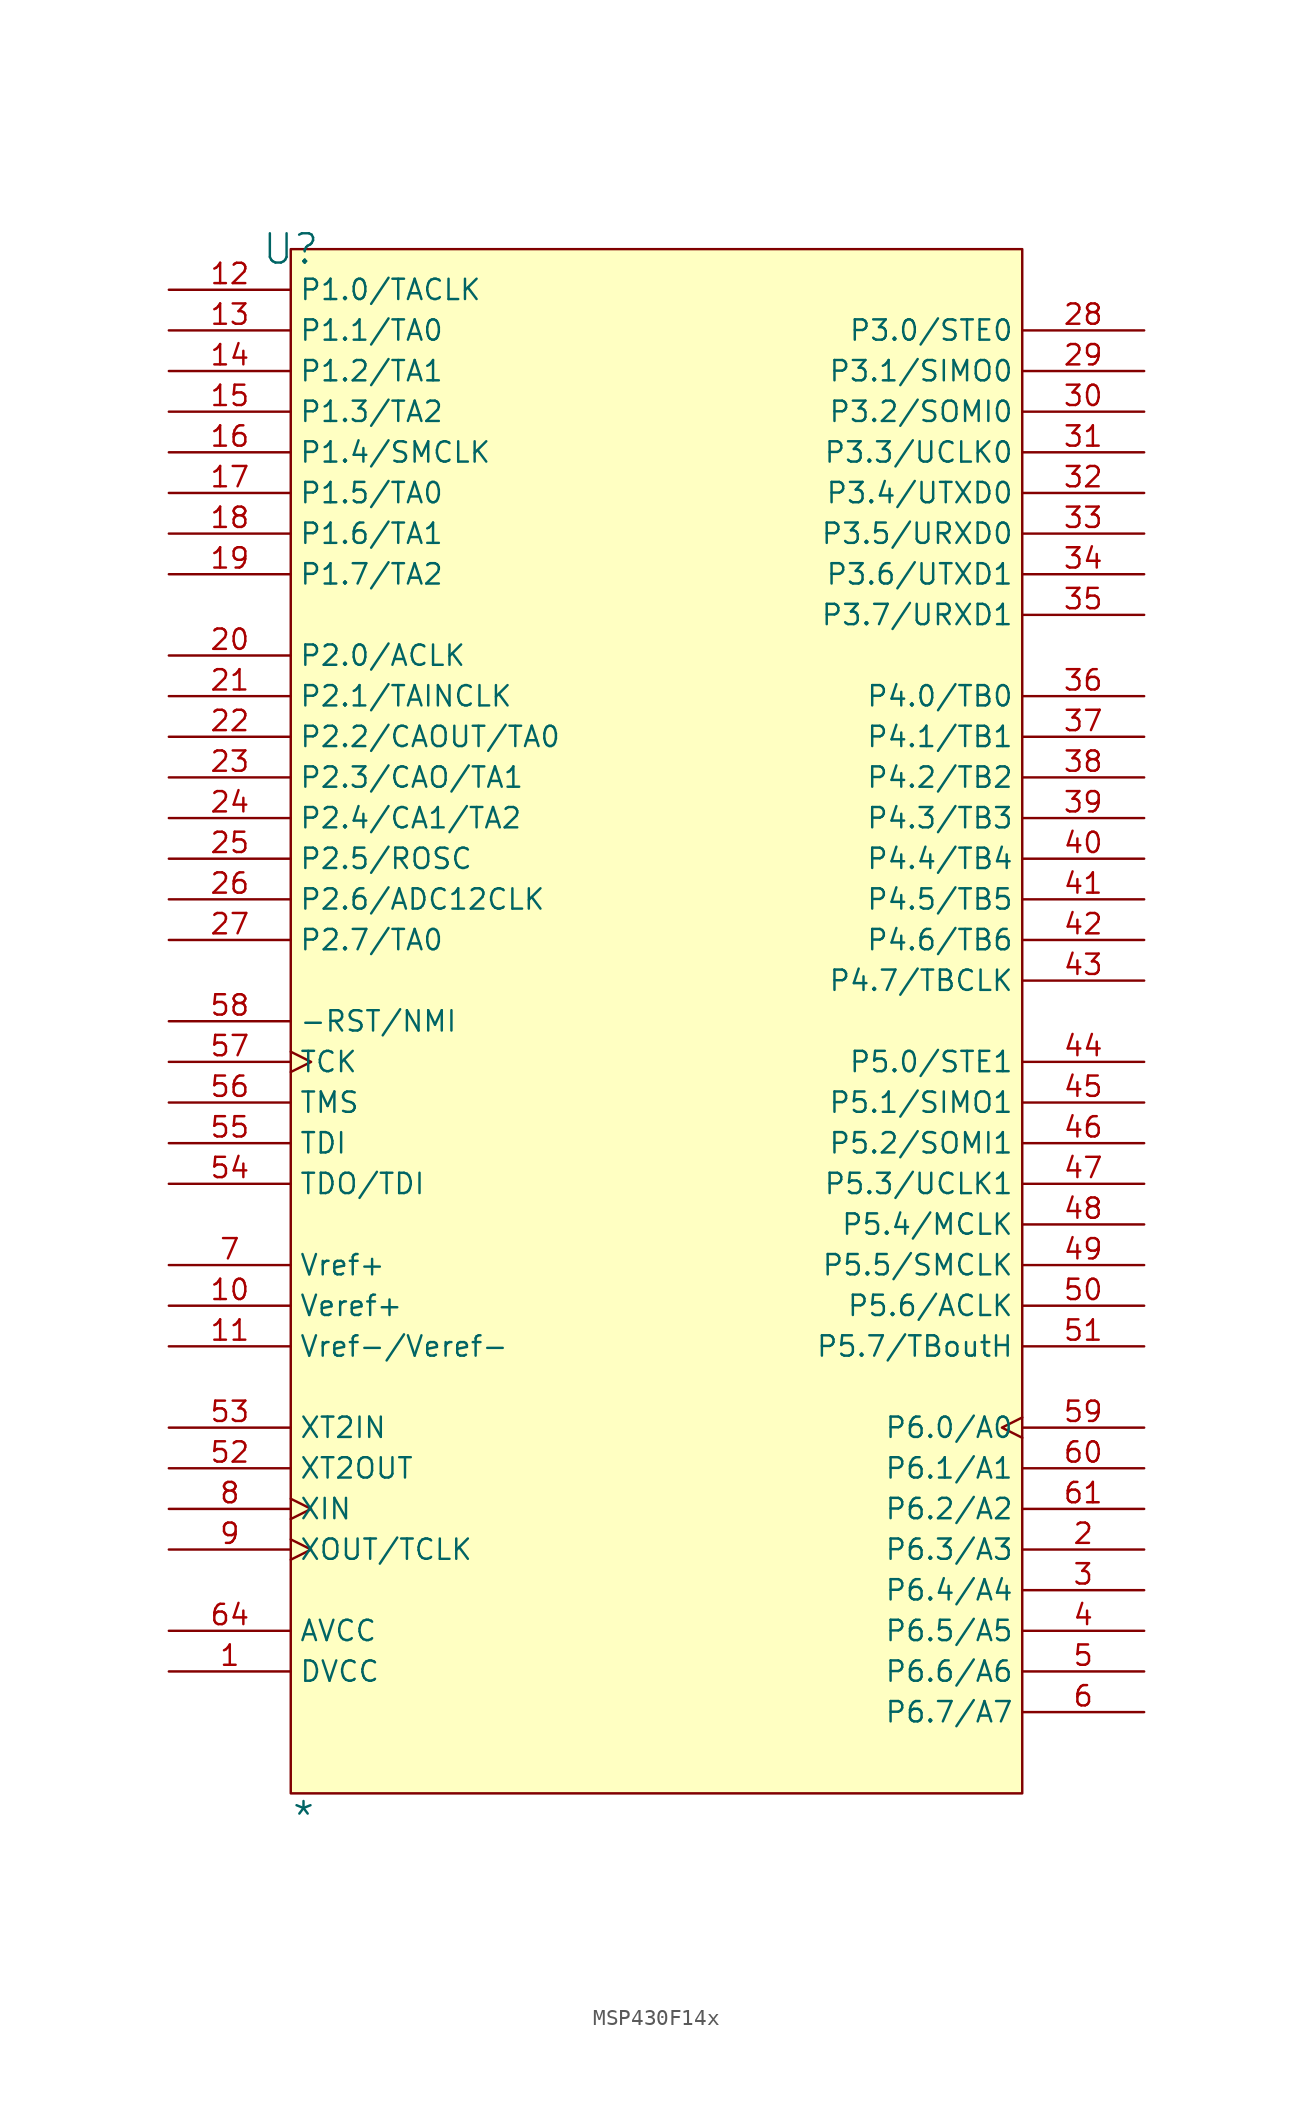
<source format=kicad_sym>
(kicad_symbol_lib
  (version 20241209)
  (generator "kicad_symbol_editor")
  (generator_version "9.0")
  (symbol "MSP430F14x"
    (property "Reference" "U"
      (at 0 0 0)
      (effects (font (size 1.829 1.829))))
    (property "Value" "*"
      (at 0 -99.06 0)
      (effects (font (size 1.829 1.829)) (justify left bottom)))
    (symbol "MSP430F14x_1_0"
      (rectangle (start 45.72 0) (end 0 -96.52) (stroke (width 0) (type solid) (color 128 0 0 1)) (fill (type background)))
      (pin tri_state line (at -7.62 -2.54 0) (length 7.62) (name "P1.0/TACLK" (effects (font (size 1.27 1.27)))) (number "12" (effects (font (size 1.27 1.27)))))
      (pin tri_state line (at -7.62 -5.08 0) (length 7.62) (name "P1.1/TA0" (effects (font (size 1.27 1.27)))) (number "13" (effects (font (size 1.27 1.27)))))
      (pin tri_state line (at -7.62 -7.62 0) (length 7.62) (name "P1.2/TA1" (effects (font (size 1.27 1.27)))) (number "14" (effects (font (size 1.27 1.27)))))
      (pin tri_state line (at -7.62 -10.16 0) (length 7.62) (name "P1.3/TA2" (effects (font (size 1.27 1.27)))) (number "15" (effects (font (size 1.27 1.27)))))
      (pin bidirectional line (at -7.62 -12.7 0) (length 7.62) (name "P1.4/SMCLK" (effects (font (size 1.27 1.27)))) (number "16" (effects (font (size 1.27 1.27)))))
      (pin bidirectional line (at -7.62 -15.24 0) (length 7.62) (name "P1.5/TA0" (effects (font (size 1.27 1.27)))) (number "17" (effects (font (size 1.27 1.27)))))
      (pin bidirectional line (at -7.62 -17.78 0) (length 7.62) (name "P1.6/TA1" (effects (font (size 1.27 1.27)))) (number "18" (effects (font (size 1.27 1.27)))))
      (pin bidirectional line (at -7.62 -20.32 0) (length 7.62) (name "P1.7/TA2" (effects (font (size 1.27 1.27)))) (number "19" (effects (font (size 1.27 1.27)))))
      (pin bidirectional line (at -7.62 -25.4 0) (length 7.62) (name "P2.0/ACLK" (effects (font (size 1.27 1.27)))) (number "20" (effects (font (size 1.27 1.27)))))
      (pin bidirectional line (at -7.62 -27.94 0) (length 7.62) (name "P2.1/TAINCLK" (effects (font (size 1.27 1.27)))) (number "21" (effects (font (size 1.27 1.27)))))
      (pin bidirectional line (at -7.62 -30.48 0) (length 7.62) (name "P2.2/CAOUT/TA0" (effects (font (size 1.27 1.27)))) (number "22" (effects (font (size 1.27 1.27)))))
      (pin bidirectional line (at -7.62 -33.02 0) (length 7.62) (name "P2.3/CAO/TA1" (effects (font (size 1.27 1.27)))) (number "23" (effects (font (size 1.27 1.27)))))
      (pin bidirectional line (at -7.62 -35.56 0) (length 7.62) (name "P2.4/CA1/TA2" (effects (font (size 1.27 1.27)))) (number "24" (effects (font (size 1.27 1.27)))))
      (pin output line (at -7.62 -38.1 0) (length 7.62) (name "P2.5/ROSC" (effects (font (size 1.27 1.27)))) (number "25" (effects (font (size 1.27 1.27)))))
      (pin input line (at -7.62 -40.64 0) (length 7.62) (name "P2.6/ADC12CLK" (effects (font (size 1.27 1.27)))) (number "26" (effects (font (size 1.27 1.27)))))
      (pin input line (at -7.62 -43.18 0) (length 7.62) (name "P2.7/TA0" (effects (font (size 1.27 1.27)))) (number "27" (effects (font (size 1.27 1.27)))))
      (pin input line (at -7.62 -48.26 0) (length 7.62) (name "-RST/NMI" (effects (font (size 1.27 1.27)))) (number "58" (effects (font (size 1.27 1.27)))))
      (pin input clock (at -7.62 -50.8 0) (length 7.62) (name "TCK" (effects (font (size 1.27 1.27)))) (number "57" (effects (font (size 1.27 1.27)))))
      (pin input line (at -7.62 -53.34 0) (length 7.62) (name "TMS" (effects (font (size 1.27 1.27)))) (number "56" (effects (font (size 1.27 1.27)))))
      (pin input line (at -7.62 -55.88 0) (length 7.62) (name "TDI" (effects (font (size 1.27 1.27)))) (number "55" (effects (font (size 1.27 1.27)))))
      (pin bidirectional line (at -7.62 -58.42 0) (length 7.62) (name "TDO/TDI" (effects (font (size 1.27 1.27)))) (number "54" (effects (font (size 1.27 1.27)))))
      (pin input line (at -7.62 -63.5 0) (length 7.62) (name "Vref+" (effects (font (size 1.27 1.27)))) (number "7" (effects (font (size 1.27 1.27)))))
      (pin input line (at -7.62 -66.04 0) (length 7.62) (name "Veref+" (effects (font (size 1.27 1.27)))) (number "10" (effects (font (size 1.27 1.27)))))
      (pin tri_state line (at -7.62 -68.58 0) (length 7.62) (name "Vref-/Veref-" (effects (font (size 1.27 1.27)))) (number "11" (effects (font (size 1.27 1.27)))))
      (pin output line (at -7.62 -73.66 0) (length 7.62) (name "XT2IN" (effects (font (size 1.27 1.27)))) (number "53" (effects (font (size 1.27 1.27)))))
      (pin output line (at -7.62 -76.2 0) (length 7.62) (name "XT2OUT" (effects (font (size 1.27 1.27)))) (number "52" (effects (font (size 1.27 1.27)))))
      (pin passive clock (at -7.62 -78.74 0) (length 7.62) (name "XIN" (effects (font (size 1.27 1.27)))) (number "8" (effects (font (size 1.27 1.27)))))
      (pin passive clock (at -7.62 -81.28 0) (length 7.62) (name "XOUT/TCLK" (effects (font (size 1.27 1.27)))) (number "9" (effects (font (size 1.27 1.27)))))
      (pin power_in line (at -7.62 -86.36 0) (length 7.62) (name "AVCC" (effects (font (size 1.27 1.27)))) (number "64" (effects (font (size 1.27 1.27)))))
      (pin power_in line (at -7.62 -88.9 0) (length 7.62) (name "DVCC" (effects (font (size 1.27 1.27)))) (number "1" (effects (font (size 1.27 1.27)))))
      (pin power_in line (at 10.16 -96.52 90) (length 0) (hide yes) (name "DGND" (effects (font (size 1.27 1.27)))) (number "63" (effects (font (size 1.27 1.27)))))
      (pin power_in line (at 15.24 -96.52 90) (length 0) (hide yes) (name "AGND" (effects (font (size 1.27 1.27)))) (number "62" (effects (font (size 1.27 1.27)))))
      (pin input line (at 53.34 -5.08 180) (length 7.62) (name "P3.0/STE0" (effects (font (size 1.27 1.27)))) (number "28" (effects (font (size 1.27 1.27)))))
      (pin output line (at 53.34 -7.62 180) (length 7.62) (name "P3.1/SIMO0" (effects (font (size 1.27 1.27)))) (number "29" (effects (font (size 1.27 1.27)))))
      (pin output line (at 53.34 -10.16 180) (length 7.62) (name "P3.2/SOMI0" (effects (font (size 1.27 1.27)))) (number "30" (effects (font (size 1.27 1.27)))))
      (pin output line (at 53.34 -12.7 180) (length 7.62) (name "P3.3/UCLK0" (effects (font (size 1.27 1.27)))) (number "31" (effects (font (size 1.27 1.27)))))
      (pin output line (at 53.34 -15.24 180) (length 7.62) (name "P3.4/UTXD0" (effects (font (size 1.27 1.27)))) (number "32" (effects (font (size 1.27 1.27)))))
      (pin output line (at 53.34 -17.78 180) (length 7.62) (name "P3.5/URXD0" (effects (font (size 1.27 1.27)))) (number "33" (effects (font (size 1.27 1.27)))))
      (pin output line (at 53.34 -20.32 180) (length 7.62) (name "P3.6/UTXD1" (effects (font (size 1.27 1.27)))) (number "34" (effects (font (size 1.27 1.27)))))
      (pin output line (at 53.34 -22.86 180) (length 7.62) (name "P3.7/URXD1" (effects (font (size 1.27 1.27)))) (number "35" (effects (font (size 1.27 1.27)))))
      (pin output line (at 53.34 -27.94 180) (length 7.62) (name "P4.0/TB0" (effects (font (size 1.27 1.27)))) (number "36" (effects (font (size 1.27 1.27)))))
      (pin output line (at 53.34 -30.48 180) (length 7.62) (name "P4.1/TB1" (effects (font (size 1.27 1.27)))) (number "37" (effects (font (size 1.27 1.27)))))
      (pin output line (at 53.34 -33.02 180) (length 7.62) (name "P4.2/TB2" (effects (font (size 1.27 1.27)))) (number "38" (effects (font (size 1.27 1.27)))))
      (pin output line (at 53.34 -35.56 180) (length 7.62) (name "P4.3/TB3" (effects (font (size 1.27 1.27)))) (number "39" (effects (font (size 1.27 1.27)))))
      (pin output line (at 53.34 -38.1 180) (length 7.62) (name "P4.4/TB4" (effects (font (size 1.27 1.27)))) (number "40" (effects (font (size 1.27 1.27)))))
      (pin output line (at 53.34 -40.64 180) (length 7.62) (name "P4.5/TB5" (effects (font (size 1.27 1.27)))) (number "41" (effects (font (size 1.27 1.27)))))
      (pin output line (at 53.34 -43.18 180) (length 7.62) (name "P4.6/TB6" (effects (font (size 1.27 1.27)))) (number "42" (effects (font (size 1.27 1.27)))))
      (pin output line (at 53.34 -45.72 180) (length 7.62) (name "P4.7/TBCLK" (effects (font (size 1.27 1.27)))) (number "43" (effects (font (size 1.27 1.27)))))
      (pin output line (at 53.34 -50.8 180) (length 7.62) (name "P5.0/STE1" (effects (font (size 1.27 1.27)))) (number "44" (effects (font (size 1.27 1.27)))))
      (pin output line (at 53.34 -53.34 180) (length 7.62) (name "P5.1/SIMO1" (effects (font (size 1.27 1.27)))) (number "45" (effects (font (size 1.27 1.27)))))
      (pin output line (at 53.34 -55.88 180) (length 7.62) (name "P5.2/SOMI1" (effects (font (size 1.27 1.27)))) (number "46" (effects (font (size 1.27 1.27)))))
      (pin output line (at 53.34 -58.42 180) (length 7.62) (name "P5.3/UCLK1" (effects (font (size 1.27 1.27)))) (number "47" (effects (font (size 1.27 1.27)))))
      (pin output line (at 53.34 -60.96 180) (length 7.62) (name "P5.4/MCLK" (effects (font (size 1.27 1.27)))) (number "48" (effects (font (size 1.27 1.27)))))
      (pin bidirectional line (at 53.34 -63.5 180) (length 7.62) (name "P5.5/SMCLK" (effects (font (size 1.27 1.27)))) (number "49" (effects (font (size 1.27 1.27)))))
      (pin output line (at 53.34 -66.04 180) (length 7.62) (name "P5.6/ACLK" (effects (font (size 1.27 1.27)))) (number "50" (effects (font (size 1.27 1.27)))))
      (pin output line (at 53.34 -68.58 180) (length 7.62) (name "P5.7/TBoutH" (effects (font (size 1.27 1.27)))) (number "51" (effects (font (size 1.27 1.27)))))
      (pin output clock (at 53.34 -73.66 180) (length 7.62) (name "P6.0/A0" (effects (font (size 1.27 1.27)))) (number "59" (effects (font (size 1.27 1.27)))))
      (pin input line (at 53.34 -76.2 180) (length 7.62) (name "P6.1/A1" (effects (font (size 1.27 1.27)))) (number "60" (effects (font (size 1.27 1.27)))))
      (pin input line (at 53.34 -78.74 180) (length 7.62) (name "P6.2/A2" (effects (font (size 1.27 1.27)))) (number "61" (effects (font (size 1.27 1.27)))))
      (pin bidirectional line (at 53.34 -81.28 180) (length 7.62) (name "P6.3/A3" (effects (font (size 1.27 1.27)))) (number "2" (effects (font (size 1.27 1.27)))))
      (pin input line (at 53.34 -83.82 180) (length 7.62) (name "P6.4/A4" (effects (font (size 1.27 1.27)))) (number "3" (effects (font (size 1.27 1.27)))))
      (pin input line (at 53.34 -86.36 180) (length 7.62) (name "P6.5/A5" (effects (font (size 1.27 1.27)))) (number "4" (effects (font (size 1.27 1.27)))))
      (pin input line (at 53.34 -88.9 180) (length 7.62) (name "P6.6/A6" (effects (font (size 1.27 1.27)))) (number "5" (effects (font (size 1.27 1.27)))))
      (pin input line (at 53.34 -91.44 180) (length 7.62) (name "P6.7/A7" (effects (font (size 1.27 1.27)))) (number "6" (effects (font (size 1.27 1.27))))))))
</source>
